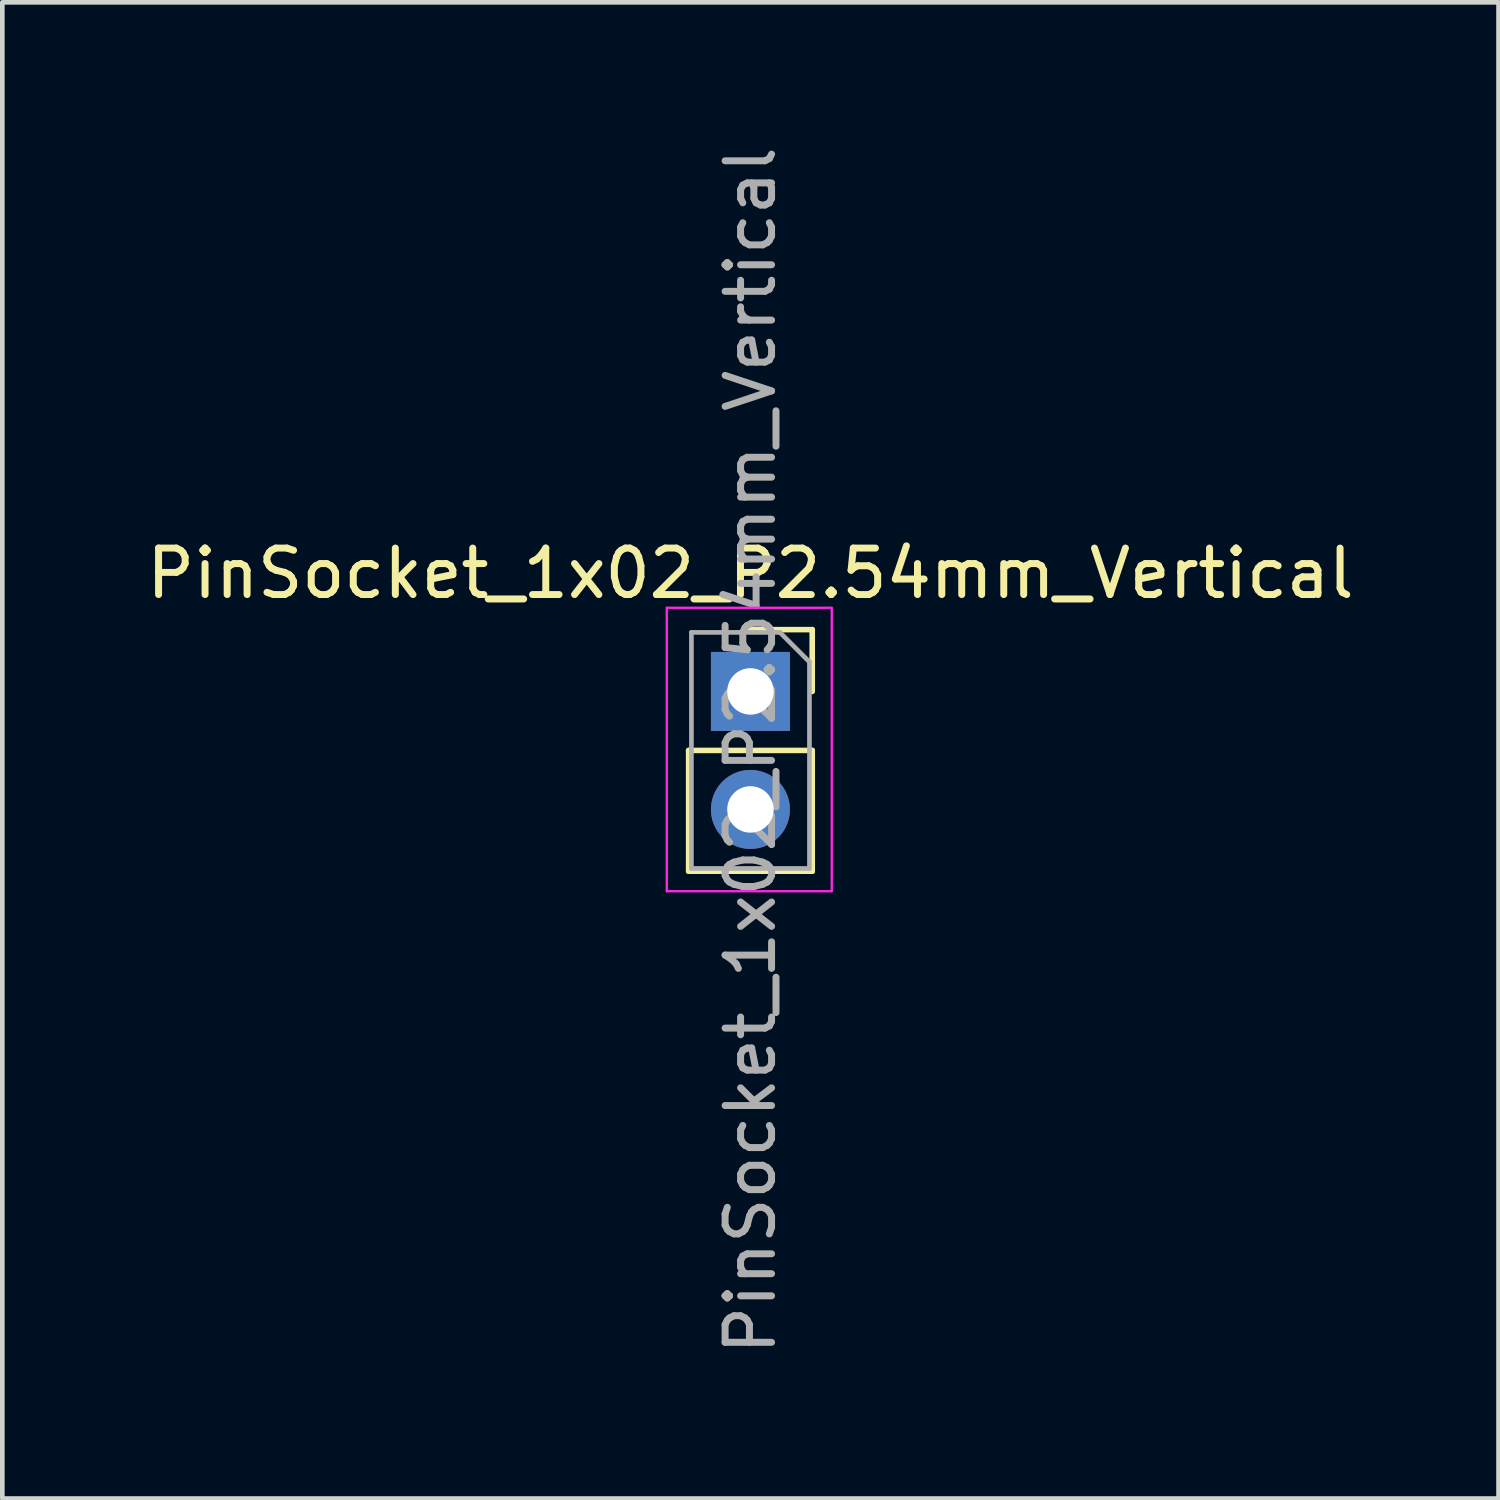
<source format=kicad_pcb>
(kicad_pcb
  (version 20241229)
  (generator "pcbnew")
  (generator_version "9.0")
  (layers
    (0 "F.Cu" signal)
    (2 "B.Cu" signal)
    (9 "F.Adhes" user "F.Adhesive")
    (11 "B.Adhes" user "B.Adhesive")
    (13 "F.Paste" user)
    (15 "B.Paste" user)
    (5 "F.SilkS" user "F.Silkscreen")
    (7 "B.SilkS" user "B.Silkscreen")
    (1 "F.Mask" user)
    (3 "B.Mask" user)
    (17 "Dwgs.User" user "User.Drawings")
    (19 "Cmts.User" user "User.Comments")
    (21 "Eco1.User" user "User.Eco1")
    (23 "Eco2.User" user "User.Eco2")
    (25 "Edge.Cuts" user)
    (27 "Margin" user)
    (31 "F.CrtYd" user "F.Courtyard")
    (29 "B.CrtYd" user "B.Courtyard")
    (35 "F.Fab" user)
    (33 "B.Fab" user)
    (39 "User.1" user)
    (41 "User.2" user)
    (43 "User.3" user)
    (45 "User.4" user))
  (footprint "PinSocket_1x02_P2.54mm_Vertical"
    (layer "F.Cu")
    (at 13.101 11.831)
    (property "Reference" "PinSocket_1x02_P2.54mm_Vertical" (at 0 -2.54 0) (layer "F.SilkS") (effects (font (size 1 1) (thickness 0.15))))
    (attr through_hole)
    (fp_line (start -1.33 1.27) (end -1.33 3.87) (stroke (width 0.12) (type solid)) (layer "F.SilkS"))
    (fp_line (start -1.33 1.27) (end 1.33 1.27) (stroke (width 0.12) (type solid)) (layer "F.SilkS"))
    (fp_line (start -1.33 3.87) (end 1.33 3.87) (stroke (width 0.12) (type solid)) (layer "F.SilkS"))
    (fp_line (start 0 -1.33) (end 1.33 -1.33) (stroke (width 0.12) (type solid)) (layer "F.SilkS"))
    (fp_line (start 1.33 -1.33) (end 1.33 0) (stroke (width 0.12) (type solid)) (layer "F.SilkS"))
    (fp_line (start 1.33 1.27) (end 1.33 3.87) (stroke (width 0.12) (type solid)) (layer "F.SilkS"))
    (fp_line (start -1.8 -1.8) (end 1.75 -1.8) (stroke (width 0.05) (type solid)) (layer "F.CrtYd"))
    (fp_line (start -1.8 4.3) (end -1.8 -1.8) (stroke (width 0.05) (type solid)) (layer "F.CrtYd"))
    (fp_line (start 1.75 -1.8) (end 1.75 4.3) (stroke (width 0.05) (type solid)) (layer "F.CrtYd"))
    (fp_line (start 1.75 4.3) (end -1.8 4.3) (stroke (width 0.05) (type solid)) (layer "F.CrtYd"))
    (fp_line (start -1.27 -1.27) (end 0.635 -1.27) (stroke (width 0.1) (type solid)) (layer "F.Fab"))
    (fp_line (start -1.27 3.81) (end -1.27 -1.27) (stroke (width 0.1) (type solid)) (layer "F.Fab"))
    (fp_line (start 0.635 -1.27) (end 1.27 -0.635) (stroke (width 0.1) (type solid)) (layer "F.Fab"))
    (fp_line (start 1.27 -0.635) (end 1.27 3.81) (stroke (width 0.1) (type solid)) (layer "F.Fab"))
    (fp_line (start 1.27 3.81) (end -1.27 3.81) (stroke (width 0.1) (type solid)) (layer "F.Fab"))
    (fp_text user "${REFERENCE}" (at 0 1.27 270) (layer "F.Fab") (effects (font (size 1 1) (thickness 0.15))))
    (pad "1" thru_hole rect (at 0 0) (size 1.7 1.7) (drill 1) (layers "*.Cu" "*.Mask"))
    (pad "2" thru_hole oval (at 0 2.54) (size 1.7 1.7) (drill 1) (layers "*.Cu" "*.Mask")))
  (gr_rect
    (start -3 -3)
    (end 29.202 29.202)
    (stroke (width 0.1) (type default))
    (fill no)
    (layer "Edge.Cuts")))
</source>
